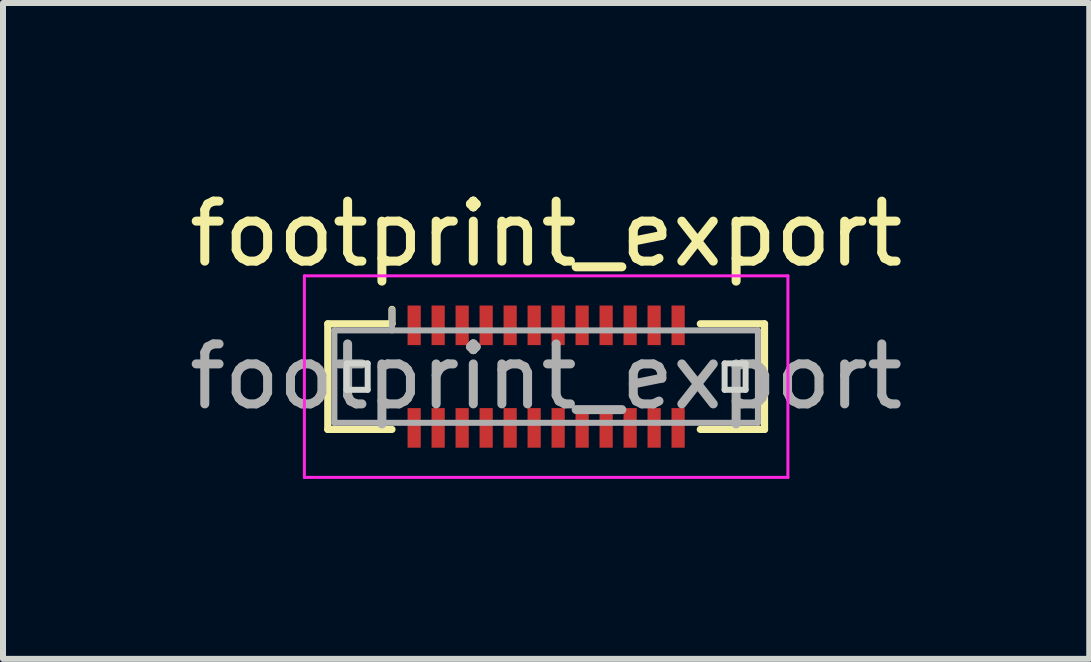
<source format=kicad_pcb>
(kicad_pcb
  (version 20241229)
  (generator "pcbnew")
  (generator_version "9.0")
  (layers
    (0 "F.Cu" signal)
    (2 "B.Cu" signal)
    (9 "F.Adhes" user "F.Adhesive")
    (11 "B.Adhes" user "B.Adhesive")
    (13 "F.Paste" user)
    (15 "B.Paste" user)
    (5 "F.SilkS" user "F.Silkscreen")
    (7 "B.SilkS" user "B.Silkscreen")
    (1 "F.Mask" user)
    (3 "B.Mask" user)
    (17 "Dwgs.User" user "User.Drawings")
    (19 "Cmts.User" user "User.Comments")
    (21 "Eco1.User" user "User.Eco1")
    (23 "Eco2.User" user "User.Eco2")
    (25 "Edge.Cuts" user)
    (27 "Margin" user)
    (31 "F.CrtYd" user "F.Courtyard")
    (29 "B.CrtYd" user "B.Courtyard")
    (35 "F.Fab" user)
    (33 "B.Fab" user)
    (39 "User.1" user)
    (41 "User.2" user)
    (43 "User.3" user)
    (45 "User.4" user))
  (footprint "footprint_export"
    (layer "F.Cu")
    (at 6.054 3.228)
    (property "Reference" "footprint_export" (at 0 -2.38 0) (layer "F.SilkS") (effects (font (size 1 1) (thickness 0.15))))
    (attr smd)
    (fp_line (start -3.64 -0.88) (end -2.57 -0.88) (stroke (width 0.12) (type solid)) (layer "F.SilkS"))
    (fp_line (start -3.64 0.88) (end -3.64 -0.88) (stroke (width 0.12) (type solid)) (layer "F.SilkS"))
    (fp_line (start -2.57 -0.88) (end -2.57 -1.12) (stroke (width 0.12) (type solid)) (layer "F.SilkS"))
    (fp_line (start -2.57 0.88) (end -3.64 0.88) (stroke (width 0.12) (type solid)) (layer "F.SilkS"))
    (fp_line (start 2.57 0.88) (end 3.64 0.88) (stroke (width 0.12) (type solid)) (layer "F.SilkS"))
    (fp_line (start 3.64 -0.88) (end 2.57 -0.88) (stroke (width 0.12) (type solid)) (layer "F.SilkS"))
    (fp_line (start 3.64 0.88) (end 3.64 -0.88) (stroke (width 0.12) (type solid)) (layer "F.SilkS"))
    (fp_line (start -3.325 -0.22) (end -3.325 0.22) (stroke (width 0.1) (type solid)) (layer "Edge.Cuts"))
    (fp_line (start -3.325 0.22) (end -2.975 0.22) (stroke (width 0.1) (type solid)) (layer "Edge.Cuts"))
    (fp_line (start -2.975 -0.22) (end -3.325 -0.22) (stroke (width 0.1) (type solid)) (layer "Edge.Cuts"))
    (fp_line (start -2.975 0.22) (end -2.975 -0.22) (stroke (width 0.1) (type solid)) (layer "Edge.Cuts"))
    (fp_line (start 2.975 -0.22) (end 2.975 0.22) (stroke (width 0.1) (type solid)) (layer "Edge.Cuts"))
    (fp_line (start 2.975 0.22) (end 3.325 0.22) (stroke (width 0.1) (type solid)) (layer "Edge.Cuts"))
    (fp_line (start 3.325 -0.22) (end 2.975 -0.22) (stroke (width 0.1) (type solid)) (layer "Edge.Cuts"))
    (fp_line (start 3.325 0.22) (end 3.325 -0.22) (stroke (width 0.1) (type solid)) (layer "Edge.Cuts"))
    (fp_line (start -4.03 -1.68) (end -4.03 1.68) (stroke (width 0.05) (type solid)) (layer "F.CrtYd"))
    (fp_line (start -4.03 1.68) (end 4.03 1.68) (stroke (width 0.05) (type solid)) (layer "F.CrtYd"))
    (fp_line (start 4.03 -1.68) (end -4.03 -1.68) (stroke (width 0.05) (type solid)) (layer "F.CrtYd"))
    (fp_line (start 4.03 1.68) (end 4.03 -1.68) (stroke (width 0.05) (type solid)) (layer "F.CrtYd"))
    (fp_line (start -3.53 -0.77) (end -3.53 0.77) (stroke (width 0.1) (type solid)) (layer "F.Fab"))
    (fp_line (start -3.53 0.77) (end 3.53 0.77) (stroke (width 0.1) (type solid)) (layer "F.Fab"))
    (fp_line (start -2.57 -0.77) (end -2.57 -1.12) (stroke (width 0.1) (type solid)) (layer "F.Fab"))
    (fp_line (start 3.53 -0.77) (end -3.53 -0.77) (stroke (width 0.1) (type solid)) (layer "F.Fab"))
    (fp_line (start 3.53 0.77) (end 3.53 -0.77) (stroke (width 0.1) (type solid)) (layer "F.Fab"))
    (fp_text user "${REFERENCE}" (at 0 0 0) (layer "F.Fab") (effects (font (size 1 1) (thickness 0.15))))
    (pad "1" smd rect (at -2.2 -0.855) (size 0.22 0.66) (layers "F.Cu" "F.Mask" "F.Paste"))
    (pad "2" smd rect (at -2.2 0.855) (size 0.22 0.66) (layers "F.Cu" "F.Mask" "F.Paste"))
    (pad "3" smd rect (at -1.8 -0.855) (size 0.22 0.66) (layers "F.Cu" "F.Mask" "F.Paste"))
    (pad "4" smd rect (at -1.8 0.855) (size 0.22 0.66) (layers "F.Cu" "F.Mask" "F.Paste"))
    (pad "5" smd rect (at -1.4 -0.855) (size 0.22 0.66) (layers "F.Cu" "F.Mask" "F.Paste"))
    (pad "6" smd rect (at -1.4 0.855) (size 0.22 0.66) (layers "F.Cu" "F.Mask" "F.Paste"))
    (pad "7" smd rect (at -1 -0.855) (size 0.22 0.66) (layers "F.Cu" "F.Mask" "F.Paste"))
    (pad "8" smd rect (at -1 0.855) (size 0.22 0.66) (layers "F.Cu" "F.Mask" "F.Paste"))
    (pad "9" smd rect (at -0.6 -0.855) (size 0.22 0.66) (layers "F.Cu" "F.Mask" "F.Paste"))
    (pad "10" smd rect (at -0.6 0.855) (size 0.22 0.66) (layers "F.Cu" "F.Mask" "F.Paste"))
    (pad "11" smd rect (at -0.2 -0.855) (size 0.22 0.66) (layers "F.Cu" "F.Mask" "F.Paste"))
    (pad "12" smd rect (at -0.2 0.855) (size 0.22 0.66) (layers "F.Cu" "F.Mask" "F.Paste"))
    (pad "13" smd rect (at 0.2 -0.855) (size 0.22 0.66) (layers "F.Cu" "F.Mask" "F.Paste"))
    (pad "14" smd rect (at 0.2 0.855) (size 0.22 0.66) (layers "F.Cu" "F.Mask" "F.Paste"))
    (pad "15" smd rect (at 0.6 -0.855) (size 0.22 0.66) (layers "F.Cu" "F.Mask" "F.Paste"))
    (pad "16" smd rect (at 0.6 0.855) (size 0.22 0.66) (layers "F.Cu" "F.Mask" "F.Paste"))
    (pad "17" smd rect (at 1 -0.855) (size 0.22 0.66) (layers "F.Cu" "F.Mask" "F.Paste"))
    (pad "18" smd rect (at 1 0.855) (size 0.22 0.66) (layers "F.Cu" "F.Mask" "F.Paste"))
    (pad "19" smd rect (at 1.4 -0.855) (size 0.22 0.66) (layers "F.Cu" "F.Mask" "F.Paste"))
    (pad "20" smd rect (at 1.4 0.855) (size 0.22 0.66) (layers "F.Cu" "F.Mask" "F.Paste"))
    (pad "21" smd rect (at 1.8 -0.855) (size 0.22 0.66) (layers "F.Cu" "F.Mask" "F.Paste"))
    (pad "22" smd rect (at 1.8 0.855) (size 0.22 0.66) (layers "F.Cu" "F.Mask" "F.Paste"))
    (pad "23" smd rect (at 2.2 -0.855) (size 0.22 0.66) (layers "F.Cu" "F.Mask" "F.Paste"))
    (pad "24" smd rect (at 2.2 0.855) (size 0.22 0.66) (layers "F.Cu" "F.Mask" "F.Paste")))
  (gr_rect
    (start -3 -3)
    (end 15.107 7.933)
    (stroke (width 0.1) (type default))
    (fill no)
    (layer "Edge.Cuts")))
</source>
